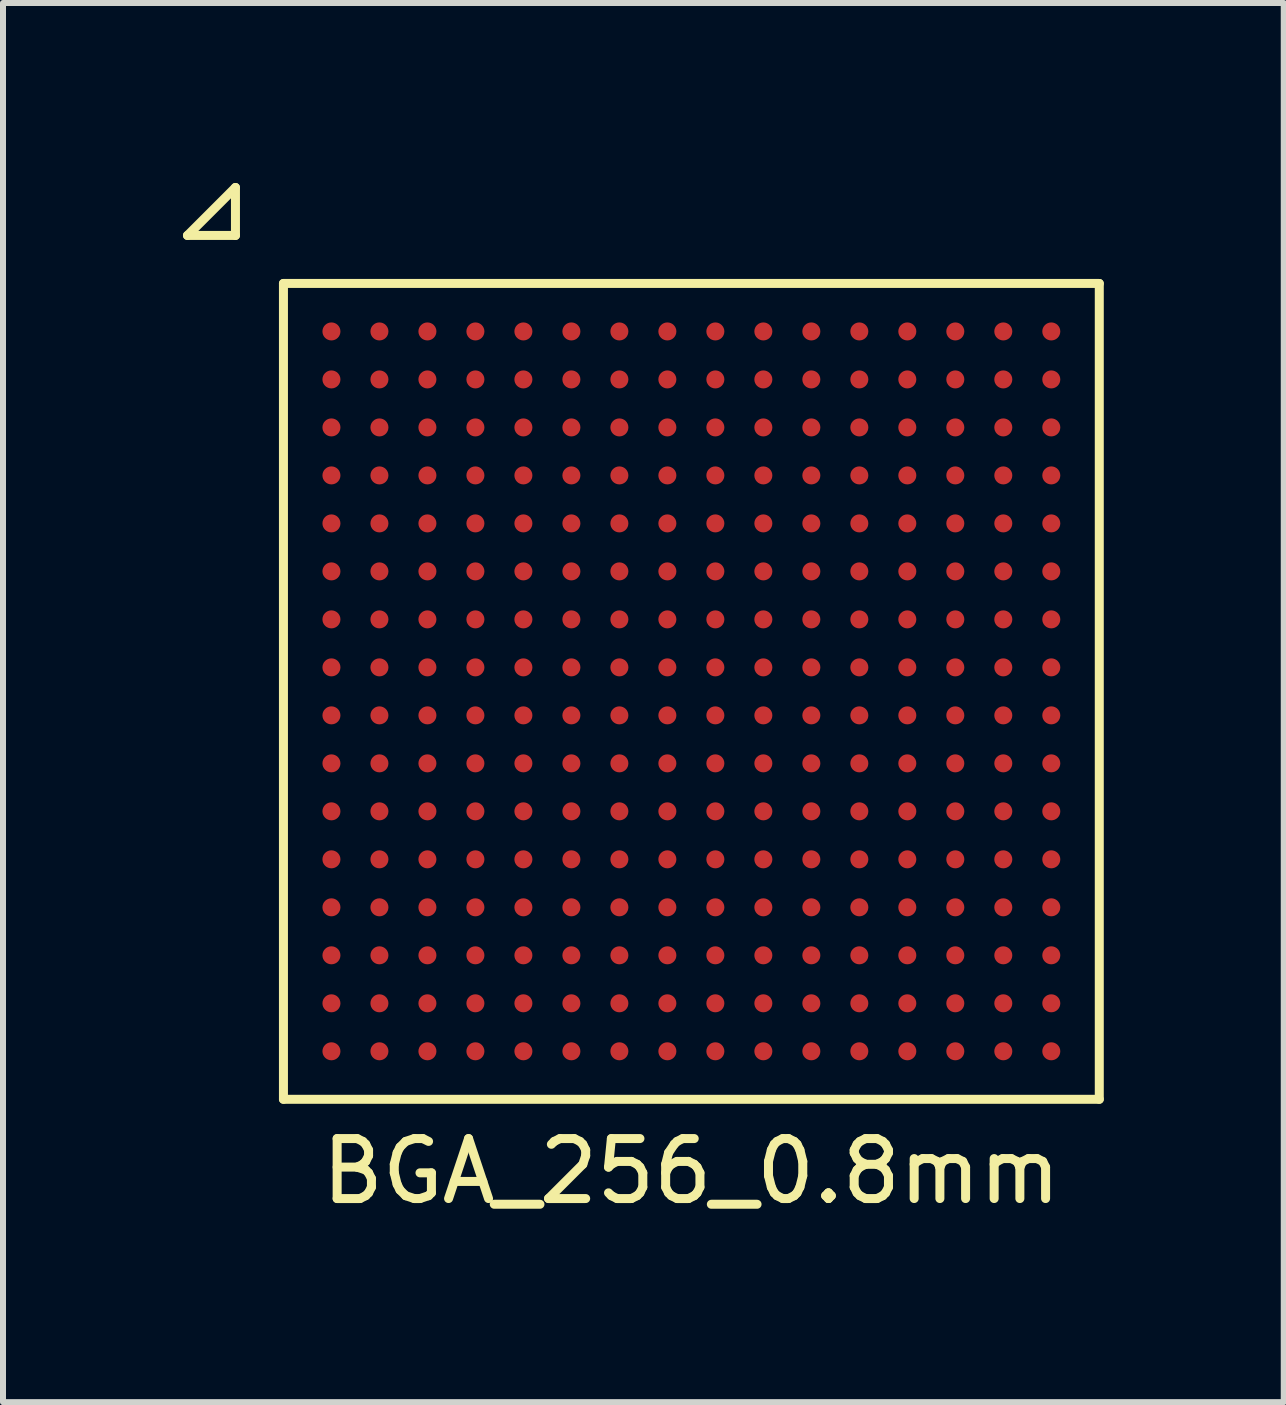
<source format=kicad_pcb>
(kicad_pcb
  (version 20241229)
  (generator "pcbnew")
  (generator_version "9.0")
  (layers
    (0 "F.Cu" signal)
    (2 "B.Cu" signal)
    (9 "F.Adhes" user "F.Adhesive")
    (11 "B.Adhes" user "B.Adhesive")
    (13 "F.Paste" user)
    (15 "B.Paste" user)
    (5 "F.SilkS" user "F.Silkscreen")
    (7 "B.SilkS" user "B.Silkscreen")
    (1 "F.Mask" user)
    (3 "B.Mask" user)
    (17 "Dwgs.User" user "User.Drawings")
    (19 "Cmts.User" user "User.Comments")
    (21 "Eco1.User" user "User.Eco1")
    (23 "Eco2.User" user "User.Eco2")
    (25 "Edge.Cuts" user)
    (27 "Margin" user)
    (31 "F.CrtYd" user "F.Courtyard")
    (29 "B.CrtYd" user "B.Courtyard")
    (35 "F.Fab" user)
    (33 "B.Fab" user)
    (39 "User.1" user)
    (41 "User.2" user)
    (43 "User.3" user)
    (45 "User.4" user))
  (footprint "BGA_256_0.8mm"
    (layer "F.Cu")
    (at 8.475 8.475)
    (property "Reference" "BGA_256_0.8mm" (at 0 8 0) (layer "F.SilkS") (effects (font (size 1 1) (thickness 0.15))))
    (attr through_hole)
    (fp_line (start -8.4 -7.6) (end -7.6 -7.6) (stroke (width 0.15) (type solid)) (layer "F.SilkS"))
    (fp_line (start -7.6 -8.4) (end -8.4 -7.6) (stroke (width 0.15) (type solid)) (layer "F.SilkS"))
    (fp_line (start -7.6 -7.6) (end -7.6 -8.4) (stroke (width 0.15) (type solid)) (layer "F.SilkS"))
    (fp_line (start -6.8 -6.8) (end -6.8 6.8) (stroke (width 0.15) (type solid)) (layer "F.SilkS"))
    (fp_line (start -6.8 6.8) (end 6.8 6.8) (stroke (width 0.15) (type solid)) (layer "F.SilkS"))
    (fp_line (start 6.8 -6.8) (end -6.8 -6.8) (stroke (width 0.15) (type solid)) (layer "F.SilkS"))
    (fp_line (start 6.8 6.8) (end 6.8 -6.8) (stroke (width 0.15) (type solid)) (layer "F.SilkS"))
    (pad "A1" smd circle (at -6 -6) (size 0.3 0.3) (layers "F.Cu" "F.Mask" "F.Paste"))
    (pad "A2" smd circle (at -5.2 -6) (size 0.3 0.3) (layers "F.Cu" "F.Mask" "F.Paste"))
    (pad "A3" smd circle (at -4.4 -6) (size 0.3 0.3) (layers "F.Cu" "F.Mask" "F.Paste"))
    (pad "A4" smd circle (at -3.6 -6) (size 0.3 0.3) (layers "F.Cu" "F.Mask" "F.Paste"))
    (pad "A5" smd circle (at -2.8 -6) (size 0.3 0.3) (layers "F.Cu" "F.Mask" "F.Paste"))
    (pad "A6" smd circle (at -2 -6) (size 0.3 0.3) (layers "F.Cu" "F.Mask" "F.Paste"))
    (pad "A7" smd circle (at -1.2 -6) (size 0.3 0.3) (layers "F.Cu" "F.Mask" "F.Paste"))
    (pad "A8" smd circle (at -0.4 -6) (size 0.3 0.3) (layers "F.Cu" "F.Mask" "F.Paste"))
    (pad "A9" smd circle (at 0.4 -6) (size 0.3 0.3) (layers "F.Cu" "F.Mask" "F.Paste"))
    (pad "A10" smd circle (at 1.2 -6) (size 0.3 0.3) (layers "F.Cu" "F.Mask" "F.Paste"))
    (pad "A11" smd circle (at 2 -6) (size 0.3 0.3) (layers "F.Cu" "F.Mask" "F.Paste"))
    (pad "A12" smd circle (at 2.8 -6) (size 0.3 0.3) (layers "F.Cu" "F.Mask" "F.Paste"))
    (pad "A13" smd circle (at 3.6 -6) (size 0.3 0.3) (layers "F.Cu" "F.Mask" "F.Paste"))
    (pad "A14" smd circle (at 4.4 -6) (size 0.3 0.3) (layers "F.Cu" "F.Mask" "F.Paste"))
    (pad "A15" smd circle (at 5.2 -6) (size 0.3 0.3) (layers "F.Cu" "F.Mask" "F.Paste"))
    (pad "A16" smd circle (at 6 -6) (size 0.3 0.3) (layers "F.Cu" "F.Mask" "F.Paste"))
    (pad "B1" smd circle (at -6 -5.2) (size 0.3 0.3) (layers "F.Cu" "F.Mask" "F.Paste"))
    (pad "B2" smd circle (at -5.2 -5.2) (size 0.3 0.3) (layers "F.Cu" "F.Mask" "F.Paste"))
    (pad "B3" smd circle (at -4.4 -5.2) (size 0.3 0.3) (layers "F.Cu" "F.Mask" "F.Paste"))
    (pad "B4" smd circle (at -3.6 -5.2) (size 0.3 0.3) (layers "F.Cu" "F.Mask" "F.Paste"))
    (pad "B5" smd circle (at -2.8 -5.2) (size 0.3 0.3) (layers "F.Cu" "F.Mask" "F.Paste"))
    (pad "B6" smd circle (at -2 -5.2) (size 0.3 0.3) (layers "F.Cu" "F.Mask" "F.Paste"))
    (pad "B7" smd circle (at -1.2 -5.2) (size 0.3 0.3) (layers "F.Cu" "F.Mask" "F.Paste"))
    (pad "B8" smd circle (at -0.4 -5.2) (size 0.3 0.3) (layers "F.Cu" "F.Mask" "F.Paste"))
    (pad "B9" smd circle (at 0.4 -5.2) (size 0.3 0.3) (layers "F.Cu" "F.Mask" "F.Paste"))
    (pad "B10" smd circle (at 1.2 -5.2) (size 0.3 0.3) (layers "F.Cu" "F.Mask" "F.Paste"))
    (pad "B11" smd circle (at 2 -5.2) (size 0.3 0.3) (layers "F.Cu" "F.Mask" "F.Paste"))
    (pad "B12" smd circle (at 2.8 -5.2) (size 0.3 0.3) (layers "F.Cu" "F.Mask" "F.Paste"))
    (pad "B13" smd circle (at 3.6 -5.2) (size 0.3 0.3) (layers "F.Cu" "F.Mask" "F.Paste"))
    (pad "B14" smd circle (at 4.4 -5.2) (size 0.3 0.3) (layers "F.Cu" "F.Mask" "F.Paste"))
    (pad "B15" smd circle (at 5.2 -5.2) (size 0.3 0.3) (layers "F.Cu" "F.Mask" "F.Paste"))
    (pad "B16" smd circle (at 6 -5.2) (size 0.3 0.3) (layers "F.Cu" "F.Mask" "F.Paste"))
    (pad "C1" smd circle (at -6 -4.4) (size 0.3 0.3) (layers "F.Cu" "F.Mask" "F.Paste"))
    (pad "C2" smd circle (at -5.2 -4.4) (size 0.3 0.3) (layers "F.Cu" "F.Mask" "F.Paste"))
    (pad "C3" smd circle (at -4.4 -4.4) (size 0.3 0.3) (layers "F.Cu" "F.Mask" "F.Paste"))
    (pad "C4" smd circle (at -3.6 -4.4) (size 0.3 0.3) (layers "F.Cu" "F.Mask" "F.Paste"))
    (pad "C5" smd circle (at -2.8 -4.4) (size 0.3 0.3) (layers "F.Cu" "F.Mask" "F.Paste"))
    (pad "C6" smd circle (at -2 -4.4) (size 0.3 0.3) (layers "F.Cu" "F.Mask" "F.Paste"))
    (pad "C7" smd circle (at -1.2 -4.4) (size 0.3 0.3) (layers "F.Cu" "F.Mask" "F.Paste"))
    (pad "C8" smd circle (at -0.4 -4.4) (size 0.3 0.3) (layers "F.Cu" "F.Mask" "F.Paste"))
    (pad "C9" smd circle (at 0.4 -4.4) (size 0.3 0.3) (layers "F.Cu" "F.Mask" "F.Paste"))
    (pad "C10" smd circle (at 1.2 -4.4) (size 0.3 0.3) (layers "F.Cu" "F.Mask" "F.Paste"))
    (pad "C11" smd circle (at 2 -4.4) (size 0.3 0.3) (layers "F.Cu" "F.Mask" "F.Paste"))
    (pad "C12" smd circle (at 2.8 -4.4) (size 0.3 0.3) (layers "F.Cu" "F.Mask" "F.Paste"))
    (pad "C13" smd circle (at 3.6 -4.4) (size 0.3 0.3) (layers "F.Cu" "F.Mask" "F.Paste"))
    (pad "C14" smd circle (at 4.4 -4.4) (size 0.3 0.3) (layers "F.Cu" "F.Mask" "F.Paste"))
    (pad "C15" smd circle (at 5.2 -4.4) (size 0.3 0.3) (layers "F.Cu" "F.Mask" "F.Paste"))
    (pad "C16" smd circle (at 6 -4.4) (size 0.3 0.3) (layers "F.Cu" "F.Mask" "F.Paste"))
    (pad "D1" smd circle (at -6 -3.6) (size 0.3 0.3) (layers "F.Cu" "F.Mask" "F.Paste"))
    (pad "D2" smd circle (at -5.2 -3.6) (size 0.3 0.3) (layers "F.Cu" "F.Mask" "F.Paste"))
    (pad "D3" smd circle (at -4.4 -3.6) (size 0.3 0.3) (layers "F.Cu" "F.Mask" "F.Paste"))
    (pad "D4" smd circle (at -3.6 -3.6) (size 0.3 0.3) (layers "F.Cu" "F.Mask" "F.Paste"))
    (pad "D5" smd circle (at -2.8 -3.6) (size 0.3 0.3) (layers "F.Cu" "F.Mask" "F.Paste"))
    (pad "D6" smd circle (at -2 -3.6) (size 0.3 0.3) (layers "F.Cu" "F.Mask" "F.Paste"))
    (pad "D7" smd circle (at -1.2 -3.6) (size 0.3 0.3) (layers "F.Cu" "F.Mask" "F.Paste"))
    (pad "D8" smd circle (at -0.4 -3.6) (size 0.3 0.3) (layers "F.Cu" "F.Mask" "F.Paste"))
    (pad "D9" smd circle (at 0.4 -3.6) (size 0.3 0.3) (layers "F.Cu" "F.Mask" "F.Paste"))
    (pad "D10" smd circle (at 1.2 -3.6) (size 0.3 0.3) (layers "F.Cu" "F.Mask" "F.Paste"))
    (pad "D11" smd circle (at 2 -3.6) (size 0.3 0.3) (layers "F.Cu" "F.Mask" "F.Paste"))
    (pad "D12" smd circle (at 2.8 -3.6) (size 0.3 0.3) (layers "F.Cu" "F.Mask" "F.Paste"))
    (pad "D13" smd circle (at 3.6 -3.6) (size 0.3 0.3) (layers "F.Cu" "F.Mask" "F.Paste"))
    (pad "D14" smd circle (at 4.4 -3.6) (size 0.3 0.3) (layers "F.Cu" "F.Mask" "F.Paste"))
    (pad "D15" smd circle (at 5.2 -3.6) (size 0.3 0.3) (layers "F.Cu" "F.Mask" "F.Paste"))
    (pad "D16" smd circle (at 6 -3.6) (size 0.3 0.3) (layers "F.Cu" "F.Mask" "F.Paste"))
    (pad "E1" smd circle (at -6 -2.8) (size 0.3 0.3) (layers "F.Cu" "F.Mask" "F.Paste"))
    (pad "E2" smd circle (at -5.2 -2.8) (size 0.3 0.3) (layers "F.Cu" "F.Mask" "F.Paste"))
    (pad "E3" smd circle (at -4.4 -2.8) (size 0.3 0.3) (layers "F.Cu" "F.Mask" "F.Paste"))
    (pad "E4" smd circle (at -3.6 -2.8) (size 0.3 0.3) (layers "F.Cu" "F.Mask" "F.Paste"))
    (pad "E5" smd circle (at -2.8 -2.8) (size 0.3 0.3) (layers "F.Cu" "F.Mask" "F.Paste"))
    (pad "E6" smd circle (at -2 -2.8) (size 0.3 0.3) (layers "F.Cu" "F.Mask" "F.Paste"))
    (pad "E7" smd circle (at -1.2 -2.8) (size 0.3 0.3) (layers "F.Cu" "F.Mask" "F.Paste"))
    (pad "E8" smd circle (at -0.4 -2.8) (size 0.3 0.3) (layers "F.Cu" "F.Mask" "F.Paste"))
    (pad "E9" smd circle (at 0.4 -2.8) (size 0.3 0.3) (layers "F.Cu" "F.Mask" "F.Paste"))
    (pad "E10" smd circle (at 1.2 -2.8) (size 0.3 0.3) (layers "F.Cu" "F.Mask" "F.Paste"))
    (pad "E11" smd circle (at 2 -2.8) (size 0.3 0.3) (layers "F.Cu" "F.Mask" "F.Paste"))
    (pad "E12" smd circle (at 2.8 -2.8) (size 0.3 0.3) (layers "F.Cu" "F.Mask" "F.Paste"))
    (pad "E13" smd circle (at 3.6 -2.8) (size 0.3 0.3) (layers "F.Cu" "F.Mask" "F.Paste"))
    (pad "E14" smd circle (at 4.4 -2.8) (size 0.3 0.3) (layers "F.Cu" "F.Mask" "F.Paste"))
    (pad "E15" smd circle (at 5.2 -2.8) (size 0.3 0.3) (layers "F.Cu" "F.Mask" "F.Paste"))
    (pad "E16" smd circle (at 6 -2.8) (size 0.3 0.3) (layers "F.Cu" "F.Mask" "F.Paste"))
    (pad "F1" smd circle (at -6 -2) (size 0.3 0.3) (layers "F.Cu" "F.Mask" "F.Paste"))
    (pad "F2" smd circle (at -5.2 -2) (size 0.3 0.3) (layers "F.Cu" "F.Mask" "F.Paste"))
    (pad "F3" smd circle (at -4.4 -2) (size 0.3 0.3) (layers "F.Cu" "F.Mask" "F.Paste"))
    (pad "F4" smd circle (at -3.6 -2) (size 0.3 0.3) (layers "F.Cu" "F.Mask" "F.Paste"))
    (pad "F5" smd circle (at -2.8 -2) (size 0.3 0.3) (layers "F.Cu" "F.Mask" "F.Paste"))
    (pad "F6" smd circle (at -2 -2) (size 0.3 0.3) (layers "F.Cu" "F.Mask" "F.Paste"))
    (pad "F7" smd circle (at -1.2 -2) (size 0.3 0.3) (layers "F.Cu" "F.Mask" "F.Paste"))
    (pad "F8" smd circle (at -0.4 -2) (size 0.3 0.3) (layers "F.Cu" "F.Mask" "F.Paste"))
    (pad "F9" smd circle (at 0.4 -2) (size 0.3 0.3) (layers "F.Cu" "F.Mask" "F.Paste"))
    (pad "F10" smd circle (at 1.2 -2) (size 0.3 0.3) (layers "F.Cu" "F.Mask" "F.Paste"))
    (pad "F11" smd circle (at 2 -2) (size 0.3 0.3) (layers "F.Cu" "F.Mask" "F.Paste"))
    (pad "F12" smd circle (at 2.8 -2) (size 0.3 0.3) (layers "F.Cu" "F.Mask" "F.Paste"))
    (pad "F13" smd circle (at 3.6 -2) (size 0.3 0.3) (layers "F.Cu" "F.Mask" "F.Paste"))
    (pad "F14" smd circle (at 4.4 -2) (size 0.3 0.3) (layers "F.Cu" "F.Mask" "F.Paste"))
    (pad "F15" smd circle (at 5.2 -2) (size 0.3 0.3) (layers "F.Cu" "F.Mask" "F.Paste"))
    (pad "F16" smd circle (at 6 -2) (size 0.3 0.3) (layers "F.Cu" "F.Mask" "F.Paste"))
    (pad "G1" smd circle (at -6 -1.2) (size 0.3 0.3) (layers "F.Cu" "F.Mask" "F.Paste"))
    (pad "G2" smd circle (at -5.2 -1.2) (size 0.3 0.3) (layers "F.Cu" "F.Mask" "F.Paste"))
    (pad "G3" smd circle (at -4.4 -1.2) (size 0.3 0.3) (layers "F.Cu" "F.Mask" "F.Paste"))
    (pad "G4" smd circle (at -3.6 -1.2) (size 0.3 0.3) (layers "F.Cu" "F.Mask" "F.Paste"))
    (pad "G5" smd circle (at -2.8 -1.2) (size 0.3 0.3) (layers "F.Cu" "F.Mask" "F.Paste"))
    (pad "G6" smd circle (at -2 -1.2) (size 0.3 0.3) (layers "F.Cu" "F.Mask" "F.Paste"))
    (pad "G7" smd circle (at -1.2 -1.2) (size 0.3 0.3) (layers "F.Cu" "F.Mask" "F.Paste"))
    (pad "G8" smd circle (at -0.4 -1.2) (size 0.3 0.3) (layers "F.Cu" "F.Mask" "F.Paste"))
    (pad "G9" smd circle (at 0.4 -1.2) (size 0.3 0.3) (layers "F.Cu" "F.Mask" "F.Paste"))
    (pad "G10" smd circle (at 1.2 -1.2) (size 0.3 0.3) (layers "F.Cu" "F.Mask" "F.Paste"))
    (pad "G11" smd circle (at 2 -1.2) (size 0.3 0.3) (layers "F.Cu" "F.Mask" "F.Paste"))
    (pad "G12" smd circle (at 2.8 -1.2) (size 0.3 0.3) (layers "F.Cu" "F.Mask" "F.Paste"))
    (pad "G13" smd circle (at 3.6 -1.2) (size 0.3 0.3) (layers "F.Cu" "F.Mask" "F.Paste"))
    (pad "G14" smd circle (at 4.4 -1.2) (size 0.3 0.3) (layers "F.Cu" "F.Mask" "F.Paste"))
    (pad "G15" smd circle (at 5.2 -1.2) (size 0.3 0.3) (layers "F.Cu" "F.Mask" "F.Paste"))
    (pad "G16" smd circle (at 6 -1.2) (size 0.3 0.3) (layers "F.Cu" "F.Mask" "F.Paste"))
    (pad "H1" smd circle (at -6 -0.4) (size 0.3 0.3) (layers "F.Cu" "F.Mask" "F.Paste"))
    (pad "H2" smd circle (at -5.2 -0.4) (size 0.3 0.3) (layers "F.Cu" "F.Mask" "F.Paste"))
    (pad "H3" smd circle (at -4.4 -0.4) (size 0.3 0.3) (layers "F.Cu" "F.Mask" "F.Paste"))
    (pad "H4" smd circle (at -3.6 -0.4) (size 0.3 0.3) (layers "F.Cu" "F.Mask" "F.Paste"))
    (pad "H5" smd circle (at -2.8 -0.4) (size 0.3 0.3) (layers "F.Cu" "F.Mask" "F.Paste"))
    (pad "H6" smd circle (at -2 -0.4) (size 0.3 0.3) (layers "F.Cu" "F.Mask" "F.Paste"))
    (pad "H7" smd circle (at -1.2 -0.4) (size 0.3 0.3) (layers "F.Cu" "F.Mask" "F.Paste"))
    (pad "H8" smd circle (at -0.4 -0.4) (size 0.3 0.3) (layers "F.Cu" "F.Mask" "F.Paste"))
    (pad "H9" smd circle (at 0.4 -0.4) (size 0.3 0.3) (layers "F.Cu" "F.Mask" "F.Paste"))
    (pad "H10" smd circle (at 1.2 -0.4) (size 0.3 0.3) (layers "F.Cu" "F.Mask" "F.Paste"))
    (pad "H11" smd circle (at 2 -0.4) (size 0.3 0.3) (layers "F.Cu" "F.Mask" "F.Paste"))
    (pad "H12" smd circle (at 2.8 -0.4) (size 0.3 0.3) (layers "F.Cu" "F.Mask" "F.Paste"))
    (pad "H13" smd circle (at 3.6 -0.4) (size 0.3 0.3) (layers "F.Cu" "F.Mask" "F.Paste"))
    (pad "H14" smd circle (at 4.4 -0.4) (size 0.3 0.3) (layers "F.Cu" "F.Mask" "F.Paste"))
    (pad "H15" smd circle (at 5.2 -0.4) (size 0.3 0.3) (layers "F.Cu" "F.Mask" "F.Paste"))
    (pad "H16" smd circle (at 6 -0.4) (size 0.3 0.3) (layers "F.Cu" "F.Mask" "F.Paste"))
    (pad "J1" smd circle (at -6 0.4) (size 0.3 0.3) (layers "F.Cu" "F.Mask" "F.Paste"))
    (pad "J2" smd circle (at -5.2 0.4) (size 0.3 0.3) (layers "F.Cu" "F.Mask" "F.Paste"))
    (pad "J3" smd circle (at -4.4 0.4) (size 0.3 0.3) (layers "F.Cu" "F.Mask" "F.Paste"))
    (pad "J4" smd circle (at -3.6 0.4) (size 0.3 0.3) (layers "F.Cu" "F.Mask" "F.Paste"))
    (pad "J5" smd circle (at -2.8 0.4) (size 0.3 0.3) (layers "F.Cu" "F.Mask" "F.Paste"))
    (pad "J6" smd circle (at -2 0.4) (size 0.3 0.3) (layers "F.Cu" "F.Mask" "F.Paste"))
    (pad "J7" smd circle (at -1.2 0.4) (size 0.3 0.3) (layers "F.Cu" "F.Mask" "F.Paste"))
    (pad "J8" smd circle (at -0.4 0.4) (size 0.3 0.3) (layers "F.Cu" "F.Mask" "F.Paste"))
    (pad "J9" smd circle (at 0.4 0.4) (size 0.3 0.3) (layers "F.Cu" "F.Mask" "F.Paste"))
    (pad "J10" smd circle (at 1.2 0.4) (size 0.3 0.3) (layers "F.Cu" "F.Mask" "F.Paste"))
    (pad "J11" smd circle (at 2 0.4) (size 0.3 0.3) (layers "F.Cu" "F.Mask" "F.Paste"))
    (pad "J12" smd circle (at 2.8 0.4) (size 0.3 0.3) (layers "F.Cu" "F.Mask" "F.Paste"))
    (pad "J13" smd circle (at 3.6 0.4) (size 0.3 0.3) (layers "F.Cu" "F.Mask" "F.Paste"))
    (pad "J14" smd circle (at 4.4 0.4) (size 0.3 0.3) (layers "F.Cu" "F.Mask" "F.Paste"))
    (pad "J15" smd circle (at 5.2 0.4) (size 0.3 0.3) (layers "F.Cu" "F.Mask" "F.Paste"))
    (pad "J16" smd circle (at 6 0.4) (size 0.3 0.3) (layers "F.Cu" "F.Mask" "F.Paste"))
    (pad "K1" smd circle (at -6 1.2) (size 0.3 0.3) (layers "F.Cu" "F.Mask" "F.Paste"))
    (pad "K2" smd circle (at -5.2 1.2) (size 0.3 0.3) (layers "F.Cu" "F.Mask" "F.Paste"))
    (pad "K3" smd circle (at -4.4 1.2) (size 0.3 0.3) (layers "F.Cu" "F.Mask" "F.Paste"))
    (pad "K4" smd circle (at -3.6 1.2) (size 0.3 0.3) (layers "F.Cu" "F.Mask" "F.Paste"))
    (pad "K5" smd circle (at -2.8 1.2) (size 0.3 0.3) (layers "F.Cu" "F.Mask" "F.Paste"))
    (pad "K6" smd circle (at -2 1.2) (size 0.3 0.3) (layers "F.Cu" "F.Mask" "F.Paste"))
    (pad "K7" smd circle (at -1.2 1.2) (size 0.3 0.3) (layers "F.Cu" "F.Mask" "F.Paste"))
    (pad "K8" smd circle (at -0.4 1.2) (size 0.3 0.3) (layers "F.Cu" "F.Mask" "F.Paste"))
    (pad "K9" smd circle (at 0.4 1.2) (size 0.3 0.3) (layers "F.Cu" "F.Mask" "F.Paste"))
    (pad "K10" smd circle (at 1.2 1.2) (size 0.3 0.3) (layers "F.Cu" "F.Mask" "F.Paste"))
    (pad "K11" smd circle (at 2 1.2) (size 0.3 0.3) (layers "F.Cu" "F.Mask" "F.Paste"))
    (pad "K12" smd circle (at 2.8 1.2) (size 0.3 0.3) (layers "F.Cu" "F.Mask" "F.Paste"))
    (pad "K13" smd circle (at 3.6 1.2) (size 0.3 0.3) (layers "F.Cu" "F.Mask" "F.Paste"))
    (pad "K14" smd circle (at 4.4 1.2) (size 0.3 0.3) (layers "F.Cu" "F.Mask" "F.Paste"))
    (pad "K15" smd circle (at 5.2 1.2) (size 0.3 0.3) (layers "F.Cu" "F.Mask" "F.Paste"))
    (pad "K16" smd circle (at 6 1.2) (size 0.3 0.3) (layers "F.Cu" "F.Mask" "F.Paste"))
    (pad "L1" smd circle (at -6 2) (size 0.3 0.3) (layers "F.Cu" "F.Mask" "F.Paste"))
    (pad "L2" smd circle (at -5.2 2) (size 0.3 0.3) (layers "F.Cu" "F.Mask" "F.Paste"))
    (pad "L3" smd circle (at -4.4 2) (size 0.3 0.3) (layers "F.Cu" "F.Mask" "F.Paste"))
    (pad "L4" smd circle (at -3.6 2) (size 0.3 0.3) (layers "F.Cu" "F.Mask" "F.Paste"))
    (pad "L5" smd circle (at -2.8 2) (size 0.3 0.3) (layers "F.Cu" "F.Mask" "F.Paste"))
    (pad "L6" smd circle (at -2 2) (size 0.3 0.3) (layers "F.Cu" "F.Mask" "F.Paste"))
    (pad "L7" smd circle (at -1.2 2) (size 0.3 0.3) (layers "F.Cu" "F.Mask" "F.Paste"))
    (pad "L8" smd circle (at -0.4 2) (size 0.3 0.3) (layers "F.Cu" "F.Mask" "F.Paste"))
    (pad "L9" smd circle (at 0.4 2) (size 0.3 0.3) (layers "F.Cu" "F.Mask" "F.Paste"))
    (pad "L10" smd circle (at 1.2 2) (size 0.3 0.3) (layers "F.Cu" "F.Mask" "F.Paste"))
    (pad "L11" smd circle (at 2 2) (size 0.3 0.3) (layers "F.Cu" "F.Mask" "F.Paste"))
    (pad "L12" smd circle (at 2.8 2) (size 0.3 0.3) (layers "F.Cu" "F.Mask" "F.Paste"))
    (pad "L13" smd circle (at 3.6 2) (size 0.3 0.3) (layers "F.Cu" "F.Mask" "F.Paste"))
    (pad "L14" smd circle (at 4.4 2) (size 0.3 0.3) (layers "F.Cu" "F.Mask" "F.Paste"))
    (pad "L15" smd circle (at 5.2 2) (size 0.3 0.3) (layers "F.Cu" "F.Mask" "F.Paste"))
    (pad "L16" smd circle (at 6 2) (size 0.3 0.3) (layers "F.Cu" "F.Mask" "F.Paste"))
    (pad "M1" smd circle (at -6 2.8) (size 0.3 0.3) (layers "F.Cu" "F.Mask" "F.Paste"))
    (pad "M2" smd circle (at -5.2 2.8) (size 0.3 0.3) (layers "F.Cu" "F.Mask" "F.Paste"))
    (pad "M3" smd circle (at -4.4 2.8) (size 0.3 0.3) (layers "F.Cu" "F.Mask" "F.Paste"))
    (pad "M4" smd circle (at -3.6 2.8) (size 0.3 0.3) (layers "F.Cu" "F.Mask" "F.Paste"))
    (pad "M5" smd circle (at -2.8 2.8) (size 0.3 0.3) (layers "F.Cu" "F.Mask" "F.Paste"))
    (pad "M6" smd circle (at -2 2.8) (size 0.3 0.3) (layers "F.Cu" "F.Mask" "F.Paste"))
    (pad "M7" smd circle (at -1.2 2.8) (size 0.3 0.3) (layers "F.Cu" "F.Mask" "F.Paste"))
    (pad "M8" smd circle (at -0.4 2.8) (size 0.3 0.3) (layers "F.Cu" "F.Mask" "F.Paste"))
    (pad "M9" smd circle (at 0.4 2.8) (size 0.3 0.3) (layers "F.Cu" "F.Mask" "F.Paste"))
    (pad "M10" smd circle (at 1.2 2.8) (size 0.3 0.3) (layers "F.Cu" "F.Mask" "F.Paste"))
    (pad "M11" smd circle (at 2 2.8) (size 0.3 0.3) (layers "F.Cu" "F.Mask" "F.Paste"))
    (pad "M12" smd circle (at 2.8 2.8) (size 0.3 0.3) (layers "F.Cu" "F.Mask" "F.Paste"))
    (pad "M13" smd circle (at 3.6 2.8) (size 0.3 0.3) (layers "F.Cu" "F.Mask" "F.Paste"))
    (pad "M14" smd circle (at 4.4 2.8) (size 0.3 0.3) (layers "F.Cu" "F.Mask" "F.Paste"))
    (pad "M15" smd circle (at 5.2 2.8) (size 0.3 0.3) (layers "F.Cu" "F.Mask" "F.Paste"))
    (pad "M16" smd circle (at 6 2.8) (size 0.3 0.3) (layers "F.Cu" "F.Mask" "F.Paste"))
    (pad "N1" smd circle (at -6 3.6) (size 0.3 0.3) (layers "F.Cu" "F.Mask" "F.Paste"))
    (pad "N2" smd circle (at -5.2 3.6) (size 0.3 0.3) (layers "F.Cu" "F.Mask" "F.Paste"))
    (pad "N3" smd circle (at -4.4 3.6) (size 0.3 0.3) (layers "F.Cu" "F.Mask" "F.Paste"))
    (pad "N4" smd circle (at -3.6 3.6) (size 0.3 0.3) (layers "F.Cu" "F.Mask" "F.Paste"))
    (pad "N5" smd circle (at -2.8 3.6) (size 0.3 0.3) (layers "F.Cu" "F.Mask" "F.Paste"))
    (pad "N6" smd circle (at -2 3.6) (size 0.3 0.3) (layers "F.Cu" "F.Mask" "F.Paste"))
    (pad "N7" smd circle (at -1.2 3.6) (size 0.3 0.3) (layers "F.Cu" "F.Mask" "F.Paste"))
    (pad "N8" smd circle (at -0.4 3.6) (size 0.3 0.3) (layers "F.Cu" "F.Mask" "F.Paste"))
    (pad "N9" smd circle (at 0.4 3.6) (size 0.3 0.3) (layers "F.Cu" "F.Mask" "F.Paste"))
    (pad "N10" smd circle (at 1.2 3.6) (size 0.3 0.3) (layers "F.Cu" "F.Mask" "F.Paste"))
    (pad "N11" smd circle (at 2 3.6) (size 0.3 0.3) (layers "F.Cu" "F.Mask" "F.Paste"))
    (pad "N12" smd circle (at 2.8 3.6) (size 0.3 0.3) (layers "F.Cu" "F.Mask" "F.Paste"))
    (pad "N13" smd circle (at 3.6 3.6) (size 0.3 0.3) (layers "F.Cu" "F.Mask" "F.Paste"))
    (pad "N14" smd circle (at 4.4 3.6) (size 0.3 0.3) (layers "F.Cu" "F.Mask" "F.Paste"))
    (pad "N15" smd circle (at 5.2 3.6) (size 0.3 0.3) (layers "F.Cu" "F.Mask" "F.Paste"))
    (pad "N16" smd circle (at 6 3.6) (size 0.3 0.3) (layers "F.Cu" "F.Mask" "F.Paste"))
    (pad "P1" smd circle (at -6 4.4) (size 0.3 0.3) (layers "F.Cu" "F.Mask" "F.Paste"))
    (pad "P2" smd circle (at -5.2 4.4) (size 0.3 0.3) (layers "F.Cu" "F.Mask" "F.Paste"))
    (pad "P3" smd circle (at -4.4 4.4) (size 0.3 0.3) (layers "F.Cu" "F.Mask" "F.Paste"))
    (pad "P4" smd circle (at -3.6 4.4) (size 0.3 0.3) (layers "F.Cu" "F.Mask" "F.Paste"))
    (pad "P5" smd circle (at -2.8 4.4) (size 0.3 0.3) (layers "F.Cu" "F.Mask" "F.Paste"))
    (pad "P6" smd circle (at -2 4.4) (size 0.3 0.3) (layers "F.Cu" "F.Mask" "F.Paste"))
    (pad "P7" smd circle (at -1.2 4.4) (size 0.3 0.3) (layers "F.Cu" "F.Mask" "F.Paste"))
    (pad "P8" smd circle (at -0.4 4.4) (size 0.3 0.3) (layers "F.Cu" "F.Mask" "F.Paste"))
    (pad "P9" smd circle (at 0.4 4.4) (size 0.3 0.3) (layers "F.Cu" "F.Mask" "F.Paste"))
    (pad "P10" smd circle (at 1.2 4.4) (size 0.3 0.3) (layers "F.Cu" "F.Mask" "F.Paste"))
    (pad "P11" smd circle (at 2 4.4) (size 0.3 0.3) (layers "F.Cu" "F.Mask" "F.Paste"))
    (pad "P12" smd circle (at 2.8 4.4) (size 0.3 0.3) (layers "F.Cu" "F.Mask" "F.Paste"))
    (pad "P13" smd circle (at 3.6 4.4) (size 0.3 0.3) (layers "F.Cu" "F.Mask" "F.Paste"))
    (pad "P14" smd circle (at 4.4 4.4) (size 0.3 0.3) (layers "F.Cu" "F.Mask" "F.Paste"))
    (pad "P15" smd circle (at 5.2 4.4) (size 0.3 0.3) (layers "F.Cu" "F.Mask" "F.Paste"))
    (pad "P16" smd circle (at 6 4.4) (size 0.3 0.3) (layers "F.Cu" "F.Mask" "F.Paste"))
    (pad "R1" smd circle (at -6 5.2) (size 0.3 0.3) (layers "F.Cu" "F.Mask" "F.Paste"))
    (pad "R2" smd circle (at -5.2 5.2) (size 0.3 0.3) (layers "F.Cu" "F.Mask" "F.Paste"))
    (pad "R3" smd circle (at -4.4 5.2) (size 0.3 0.3) (layers "F.Cu" "F.Mask" "F.Paste"))
    (pad "R4" smd circle (at -3.6 5.2) (size 0.3 0.3) (layers "F.Cu" "F.Mask" "F.Paste"))
    (pad "R5" smd circle (at -2.8 5.2) (size 0.3 0.3) (layers "F.Cu" "F.Mask" "F.Paste"))
    (pad "R6" smd circle (at -2 5.2) (size 0.3 0.3) (layers "F.Cu" "F.Mask" "F.Paste"))
    (pad "R7" smd circle (at -1.2 5.2) (size 0.3 0.3) (layers "F.Cu" "F.Mask" "F.Paste"))
    (pad "R8" smd circle (at -0.4 5.2) (size 0.3 0.3) (layers "F.Cu" "F.Mask" "F.Paste"))
    (pad "R9" smd circle (at 0.4 5.2) (size 0.3 0.3) (layers "F.Cu" "F.Mask" "F.Paste"))
    (pad "R10" smd circle (at 1.2 5.2) (size 0.3 0.3) (layers "F.Cu" "F.Mask" "F.Paste"))
    (pad "R11" smd circle (at 2 5.2) (size 0.3 0.3) (layers "F.Cu" "F.Mask" "F.Paste"))
    (pad "R12" smd circle (at 2.8 5.2) (size 0.3 0.3) (layers "F.Cu" "F.Mask" "F.Paste"))
    (pad "R13" smd circle (at 3.6 5.2) (size 0.3 0.3) (layers "F.Cu" "F.Mask" "F.Paste"))
    (pad "R14" smd circle (at 4.4 5.2) (size 0.3 0.3) (layers "F.Cu" "F.Mask" "F.Paste"))
    (pad "R15" smd circle (at 5.2 5.2) (size 0.3 0.3) (layers "F.Cu" "F.Mask" "F.Paste"))
    (pad "R16" smd circle (at 6 5.2) (size 0.3 0.3) (layers "F.Cu" "F.Mask" "F.Paste"))
    (pad "T1" smd circle (at -6 6) (size 0.3 0.3) (layers "F.Cu" "F.Mask" "F.Paste"))
    (pad "T2" smd circle (at -5.2 6) (size 0.3 0.3) (layers "F.Cu" "F.Mask" "F.Paste"))
    (pad "T3" smd circle (at -4.4 6) (size 0.3 0.3) (layers "F.Cu" "F.Mask" "F.Paste"))
    (pad "T4" smd circle (at -3.6 6) (size 0.3 0.3) (layers "F.Cu" "F.Mask" "F.Paste"))
    (pad "T5" smd circle (at -2.8 6) (size 0.3 0.3) (layers "F.Cu" "F.Mask" "F.Paste"))
    (pad "T6" smd circle (at -2 6) (size 0.3 0.3) (layers "F.Cu" "F.Mask" "F.Paste"))
    (pad "T7" smd circle (at -1.2 6) (size 0.3 0.3) (layers "F.Cu" "F.Mask" "F.Paste"))
    (pad "T8" smd circle (at -0.4 6) (size 0.3 0.3) (layers "F.Cu" "F.Mask" "F.Paste"))
    (pad "T9" smd circle (at 0.4 6) (size 0.3 0.3) (layers "F.Cu" "F.Mask" "F.Paste"))
    (pad "T10" smd circle (at 1.2 6) (size 0.3 0.3) (layers "F.Cu" "F.Mask" "F.Paste"))
    (pad "T11" smd circle (at 2 6) (size 0.3 0.3) (layers "F.Cu" "F.Mask" "F.Paste"))
    (pad "T12" smd circle (at 2.8 6) (size 0.3 0.3) (layers "F.Cu" "F.Mask" "F.Paste"))
    (pad "T13" smd circle (at 3.6 6) (size 0.3 0.3) (layers "F.Cu" "F.Mask" "F.Paste"))
    (pad "T14" smd circle (at 4.4 6) (size 0.3 0.3) (layers "F.Cu" "F.Mask" "F.Paste"))
    (pad "T15" smd circle (at 5.2 6) (size 0.3 0.3) (layers "F.Cu" "F.Mask" "F.Paste"))
    (pad "T16" smd circle (at 6 6) (size 0.3 0.3) (layers "F.Cu" "F.Mask" "F.Paste")))
  (gr_rect
    (start -3 -3)
    (end 18.35 20.323)
    (stroke (width 0.1) (type default))
    (fill no)
    (layer "Edge.Cuts")))
</source>
